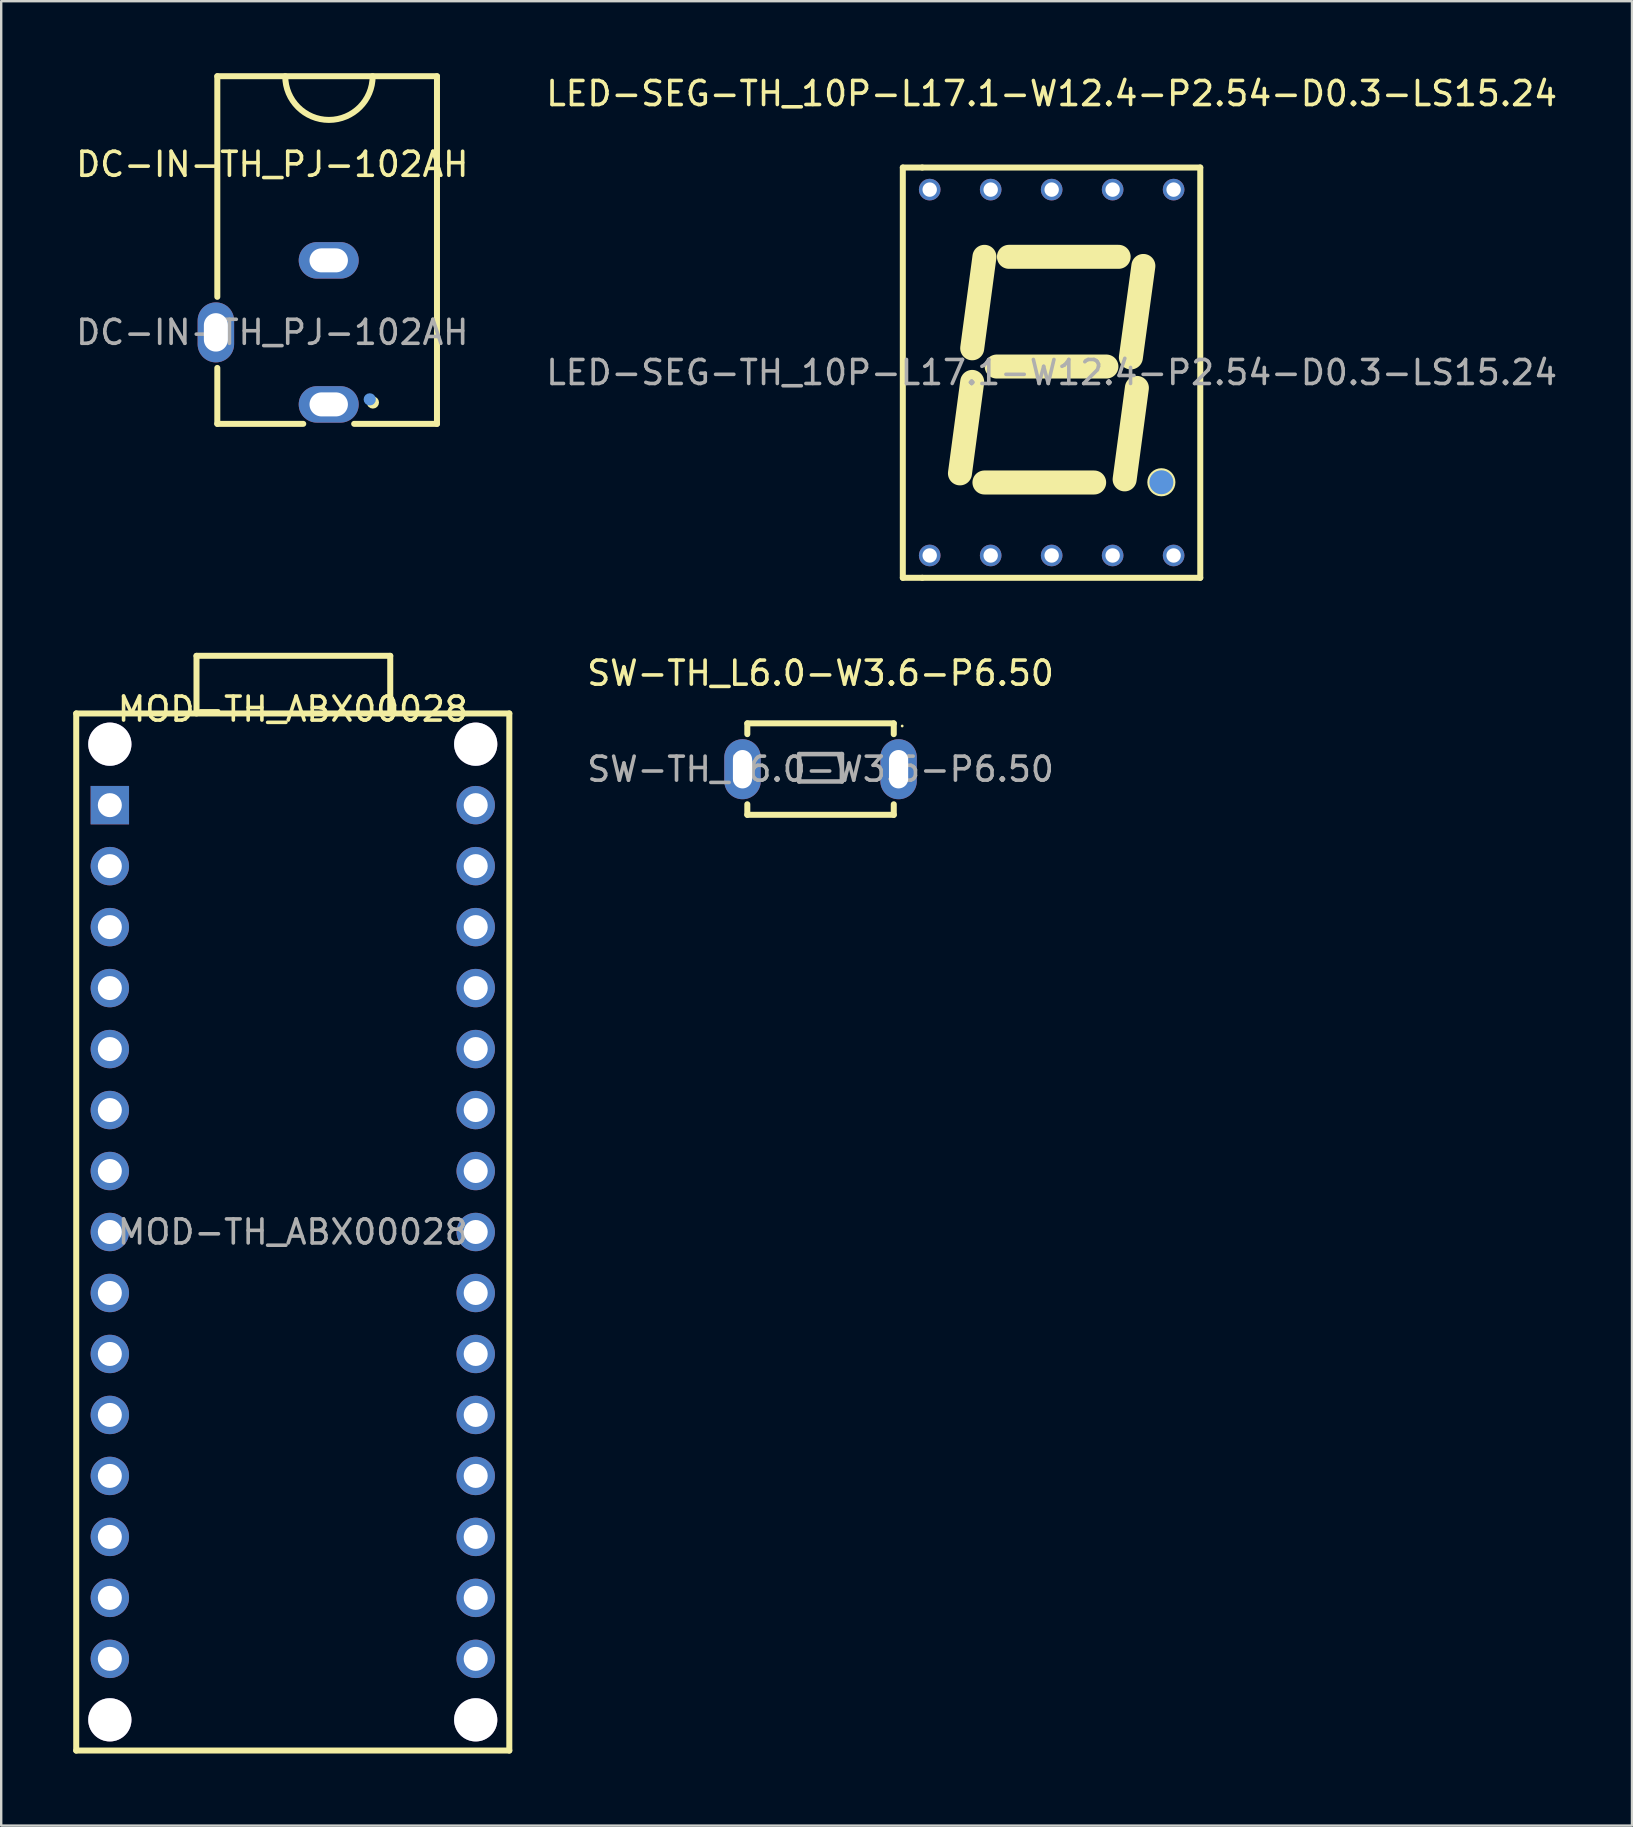
<source format=kicad_pcb>
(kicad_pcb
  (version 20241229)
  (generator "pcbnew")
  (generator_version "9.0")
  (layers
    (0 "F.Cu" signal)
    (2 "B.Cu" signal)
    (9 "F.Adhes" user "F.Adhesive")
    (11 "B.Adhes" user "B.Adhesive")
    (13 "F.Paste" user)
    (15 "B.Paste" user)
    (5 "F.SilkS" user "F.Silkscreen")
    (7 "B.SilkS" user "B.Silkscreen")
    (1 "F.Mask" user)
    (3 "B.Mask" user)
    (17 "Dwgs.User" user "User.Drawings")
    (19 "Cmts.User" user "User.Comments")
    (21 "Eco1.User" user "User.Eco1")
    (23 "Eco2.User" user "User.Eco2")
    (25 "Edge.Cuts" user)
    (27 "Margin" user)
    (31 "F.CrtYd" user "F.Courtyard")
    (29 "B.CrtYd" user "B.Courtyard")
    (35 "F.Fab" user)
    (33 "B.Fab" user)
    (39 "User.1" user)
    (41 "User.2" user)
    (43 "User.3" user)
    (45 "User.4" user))
  (footprint "MOD-TH_ABX00028"
    (layer "F.Cu")
    (at 9.145 48.268)
    (property "Reference" "MOD-TH_ABX00028" (at 0 -21.78 0) (layer "F.SilkS") (effects (font (size 1 1) (thickness 0.15))))
    (attr through_hole)
    (fp_line (start -9.02 -21.6) (end -9.02 21.6) (stroke (width 0.25) (type solid)) (layer "F.SilkS"))
    (fp_line (start -9.02 -21.6) (end 9.02 -21.6) (stroke (width 0.25) (type solid)) (layer "F.SilkS"))
    (fp_line (start -9.02 21.6) (end 9.02 21.6) (stroke (width 0.25) (type solid)) (layer "F.SilkS"))
    (fp_line (start -4.01 -24) (end 4.06 -24) (stroke (width 0.25) (type solid)) (layer "F.SilkS"))
    (fp_line (start -4.01 -21.6) (end -4.01 -24) (stroke (width 0.25) (type solid)) (layer "F.SilkS"))
    (fp_line (start 4.06 -24) (end 4.06 -21.6) (stroke (width 0.25) (type solid)) (layer "F.SilkS"))
    (fp_line (start 9.02 -21.6) (end 9.02 21.6) (stroke (width 0.25) (type solid)) (layer "F.SilkS"))
    (fp_circle (center -8.89 -21.59) (end -8.86 -21.59) (stroke (width 0.06) (type solid)) (fill no) (layer "F.SilkS"))
    (fp_circle (center -7.62 -20.32) (end -7.21 -20.32) (stroke (width 0.82) (type solid)) (fill no) (layer "Cmts.User"))
    (fp_circle (center -7.62 20.32) (end -7.21 20.32) (stroke (width 0.82) (type solid)) (fill no) (layer "Cmts.User"))
    (fp_circle (center 7.62 -20.32) (end 8.03 -20.32) (stroke (width 0.82) (type solid)) (fill no) (layer "Cmts.User"))
    (fp_circle (center 7.62 20.32) (end 8.03 20.32) (stroke (width 0.82) (type solid)) (fill no) (layer "Cmts.User"))
    (fp_text user "${REFERENCE}" (at 0 0 0) (layer "F.Fab") (effects (font (size 1 1) (thickness 0.15))))
    (pad "" thru_hole circle (at -7.62 -20.32) (size 1.8 1.8) (drill 1.8) (layers "*.Cu" "*.Mask"))
    (pad "" thru_hole circle (at -7.62 20.32) (size 1.8 1.8) (drill 1.8) (layers "*.Cu" "*.Mask"))
    (pad "" thru_hole circle (at 7.62 -20.32) (size 1.8 1.8) (drill 1.8) (layers "*.Cu" "*.Mask"))
    (pad "" thru_hole circle (at 7.62 20.32) (size 1.8 1.8) (drill 1.8) (layers "*.Cu" "*.Mask"))
    (pad "1" thru_hole rect (at -7.62 -17.78) (size 1.6 1.6) (drill 1) (layers "*.Cu" "*.Mask"))
    (pad "2" thru_hole circle (at -7.62 -15.24) (size 1.6 1.6) (drill 1) (layers "*.Cu" "*.Mask"))
    (pad "3" thru_hole circle (at -7.62 -12.7) (size 1.6 1.6) (drill 1) (layers "*.Cu" "*.Mask"))
    (pad "4" thru_hole circle (at -7.62 -10.16) (size 1.6 1.6) (drill 1) (layers "*.Cu" "*.Mask"))
    (pad "5" thru_hole circle (at -7.62 -7.62) (size 1.6 1.6) (drill 1) (layers "*.Cu" "*.Mask"))
    (pad "6" thru_hole circle (at -7.62 -5.08) (size 1.6 1.6) (drill 1) (layers "*.Cu" "*.Mask"))
    (pad "7" thru_hole circle (at -7.62 -2.54) (size 1.6 1.6) (drill 1) (layers "*.Cu" "*.Mask"))
    (pad "8" thru_hole circle (at -7.62 0) (size 1.6 1.6) (drill 1) (layers "*.Cu" "*.Mask"))
    (pad "9" thru_hole circle (at -7.62 2.54) (size 1.6 1.6) (drill 1) (layers "*.Cu" "*.Mask"))
    (pad "10" thru_hole circle (at -7.62 5.08) (size 1.6 1.6) (drill 1) (layers "*.Cu" "*.Mask"))
    (pad "11" thru_hole circle (at -7.62 7.62) (size 1.6 1.6) (drill 1) (layers "*.Cu" "*.Mask"))
    (pad "12" thru_hole circle (at -7.62 10.16) (size 1.6 1.6) (drill 1) (layers "*.Cu" "*.Mask"))
    (pad "13" thru_hole circle (at -7.62 12.7) (size 1.6 1.6) (drill 1) (layers "*.Cu" "*.Mask"))
    (pad "14" thru_hole circle (at -7.62 15.24) (size 1.6 1.6) (drill 1) (layers "*.Cu" "*.Mask"))
    (pad "15" thru_hole circle (at -7.62 17.78) (size 1.6 1.6) (drill 1) (layers "*.Cu" "*.Mask"))
    (pad "16" thru_hole circle (at 7.62 17.78) (size 1.6 1.6) (drill 1) (layers "*.Cu" "*.Mask"))
    (pad "17" thru_hole circle (at 7.62 15.24) (size 1.6 1.6) (drill 1) (layers "*.Cu" "*.Mask"))
    (pad "18" thru_hole circle (at 7.62 12.7) (size 1.6 1.6) (drill 1) (layers "*.Cu" "*.Mask"))
    (pad "19" thru_hole circle (at 7.62 10.16) (size 1.6 1.6) (drill 1) (layers "*.Cu" "*.Mask"))
    (pad "20" thru_hole circle (at 7.62 7.62) (size 1.6 1.6) (drill 1) (layers "*.Cu" "*.Mask"))
    (pad "21" thru_hole circle (at 7.62 5.08) (size 1.6 1.6) (drill 1) (layers "*.Cu" "*.Mask"))
    (pad "22" thru_hole circle (at 7.62 2.54) (size 1.6 1.6) (drill 1) (layers "*.Cu" "*.Mask"))
    (pad "23" thru_hole circle (at 7.62 0) (size 1.6 1.6) (drill 1) (layers "*.Cu" "*.Mask"))
    (pad "24" thru_hole circle (at 7.62 -2.54) (size 1.6 1.6) (drill 1) (layers "*.Cu" "*.Mask"))
    (pad "25" thru_hole circle (at 7.62 -5.08) (size 1.6 1.6) (drill 1) (layers "*.Cu" "*.Mask"))
    (pad "26" thru_hole circle (at 7.62 -7.62) (size 1.6 1.6) (drill 1) (layers "*.Cu" "*.Mask"))
    (pad "27" thru_hole circle (at 7.62 -10.16) (size 1.6 1.6) (drill 1) (layers "*.Cu" "*.Mask"))
    (pad "28" thru_hole circle (at 7.62 -12.7) (size 1.6 1.6) (drill 1) (layers "*.Cu" "*.Mask"))
    (pad "29" thru_hole circle (at 7.62 -15.24) (size 1.6 1.6) (drill 1) (layers "*.Cu" "*.Mask"))
    (pad "30" thru_hole circle (at 7.62 -17.78) (size 1.6 1.6) (drill 1) (layers "*.Cu" "*.Mask")))
  (footprint "LED-SEG-TH_10P-L17.1-W12.4-P2.54-D0.3-LS15.24"
    (layer "F.Cu")
    (at 40.756 12.468)
    (property "Reference" "LED-SEG-TH_10P-L17.1-W12.4-P2.54-D0.3-LS15.24" (at 0 -11.62 0) (layer "F.SilkS") (effects (font (size 1 1) (thickness 0.15))))
    (attr through_hole)
    (fp_line (start -6.2 -8.54) (end -6.2 8.55) (stroke (width 0.25) (type solid)) (layer "F.SilkS"))
    (fp_line (start -6.2 8.55) (end -5.39 8.55) (stroke (width 0.25) (type solid)) (layer "F.SilkS"))
    (fp_line (start -5.39 -8.54) (end -6.2 -8.54) (stroke (width 0.25) (type solid)) (layer "F.SilkS"))
    (fp_line (start -5.39 -8.54) (end 6.19 -8.54) (stroke (width 0.25) (type solid)) (layer "F.SilkS"))
    (fp_line (start -3.31 0.39) (end -3.82 4.2) (stroke (width 1) (type solid)) (layer "F.SilkS"))
    (fp_line (start -2.8 -4.82) (end -3.31 -1.01) (stroke (width 1) (type solid)) (layer "F.SilkS"))
    (fp_line (start -2.8 4.58) (end 1.77 4.58) (stroke (width 1) (type solid)) (layer "F.SilkS"))
    (fp_line (start -2.29 -0.25) (end 2.28 -0.25) (stroke (width 1) (type solid)) (layer "F.SilkS"))
    (fp_line (start -1.78 -4.82) (end 2.79 -4.82) (stroke (width 1) (type solid)) (layer "F.SilkS"))
    (fp_line (start 3.55 0.64) (end 3.04 4.45) (stroke (width 1) (type solid)) (layer "F.SilkS"))
    (fp_line (start 3.82 -4.44) (end 3.3 -0.63) (stroke (width 1) (type solid)) (layer "F.SilkS"))
    (fp_line (start 6.19 -8.54) (end 6.19 8.55) (stroke (width 0.25) (type solid)) (layer "F.SilkS"))
    (fp_line (start 6.19 8.55) (end -5.39 8.55) (stroke (width 0.25) (type solid)) (layer "F.SilkS"))
    (fp_circle (center -6.2 8.55) (end -6.17 8.55) (stroke (width 0.06) (type solid)) (fill no) (layer "F.SilkS"))
    (fp_circle (center 4.57 4.57) (end 5.03 4.57) (stroke (width 0.25) (type solid)) (fill no) (layer "F.SilkS"))
    (fp_circle (center 4.57 4.57) (end 4.82 4.57) (stroke (width 0.5) (type solid)) (fill no) (layer "Cmts.User"))
    (fp_circle (center -5.08 -7.62) (end -5.01 -7.62) (stroke (width 0.15) (type solid)) (fill no) (layer "F.Fab"))
    (fp_circle (center -5.08 7.62) (end -5.01 7.62) (stroke (width 0.15) (type solid)) (fill no) (layer "F.Fab"))
    (fp_circle (center -2.54 -7.62) (end -2.47 -7.62) (stroke (width 0.15) (type solid)) (fill no) (layer "F.Fab"))
    (fp_circle (center -2.54 7.62) (end -2.47 7.62) (stroke (width 0.15) (type solid)) (fill no) (layer "F.Fab"))
    (fp_circle (center 0 -7.62) (end 0.07 -7.62) (stroke (width 0.15) (type solid)) (fill no) (layer "F.Fab"))
    (fp_circle (center 0 7.62) (end 0.07 7.62) (stroke (width 0.15) (type solid)) (fill no) (layer "F.Fab"))
    (fp_circle (center 2.54 -7.62) (end 2.61 -7.62) (stroke (width 0.15) (type solid)) (fill no) (layer "F.Fab"))
    (fp_circle (center 2.54 7.62) (end 2.61 7.62) (stroke (width 0.15) (type solid)) (fill no) (layer "F.Fab"))
    (fp_circle (center 5.08 -7.62) (end 5.15 -7.62) (stroke (width 0.15) (type solid)) (fill no) (layer "F.Fab"))
    (fp_circle (center 5.08 7.62) (end 5.15 7.62) (stroke (width 0.15) (type solid)) (fill no) (layer "F.Fab"))
    (fp_text user "${REFERENCE}" (at 0 0 0) (layer "F.Fab") (effects (font (size 1 1) (thickness 0.15))))
    (pad "1" thru_hole circle (at -5.08 7.62) (size 0.9 0.9) (drill 0.6) (layers "*.Cu" "*.Mask"))
    (pad "2" thru_hole circle (at -2.54 7.62) (size 0.9 0.9) (drill 0.6) (layers "*.Cu" "*.Mask"))
    (pad "3" thru_hole circle (at 0 7.62) (size 0.9 0.9) (drill 0.6) (layers "*.Cu" "*.Mask"))
    (pad "4" thru_hole circle (at 2.54 7.62) (size 0.9 0.9) (drill 0.6) (layers "*.Cu" "*.Mask"))
    (pad "5" thru_hole circle (at 5.08 7.62) (size 0.9 0.9) (drill 0.6) (layers "*.Cu" "*.Mask"))
    (pad "6" thru_hole circle (at 5.08 -7.62) (size 0.9 0.9) (drill 0.6) (layers "*.Cu" "*.Mask"))
    (pad "7" thru_hole circle (at 2.54 -7.62) (size 0.9 0.9) (drill 0.6) (layers "*.Cu" "*.Mask"))
    (pad "8" thru_hole circle (at 0 -7.62) (size 0.9 0.9) (drill 0.6) (layers "*.Cu" "*.Mask"))
    (pad "9" thru_hole circle (at -2.54 -7.62) (size 0.9 0.9) (drill 0.6) (layers "*.Cu" "*.Mask"))
    (pad "10" thru_hole circle (at -5.08 -7.62) (size 0.9 0.9) (drill 0.6) (layers "*.Cu" "*.Mask")))
  (footprint "SW-TH_L6.0-W3.6-P6.50"
    (layer "F.Cu")
    (at 31.129 28.991)
    (property "Reference" "SW-TH_L6.0-W3.6-P6.50" (at 0 -4 0) (layer "F.SilkS") (effects (font (size 1 1) (thickness 0.15))))
    (attr through_hole)
    (fp_line (start -3.05 -1.91) (end 3.05 -1.91) (stroke (width 0.25) (type solid)) (layer "F.SilkS"))
    (fp_line (start -3.05 -1.46) (end -3.05 -1.91) (stroke (width 0.25) (type solid)) (layer "F.SilkS"))
    (fp_line (start -3.05 1.9) (end -3.05 1.46) (stroke (width 0.25) (type solid)) (layer "F.SilkS"))
    (fp_line (start 3.05 -1.91) (end 3.05 -1.46) (stroke (width 0.25) (type solid)) (layer "F.SilkS"))
    (fp_line (start 3.05 1.46) (end 3.05 1.9) (stroke (width 0.25) (type solid)) (layer "F.SilkS"))
    (fp_line (start 3.05 1.9) (end -3.05 1.9) (stroke (width 0.25) (type solid)) (layer "F.SilkS"))
    (fp_circle (center 3.4 -1.8) (end 3.43 -1.8) (stroke (width 0.06) (type solid)) (fill no) (layer "F.SilkS"))
    (fp_line (start -0.89 -0.63) (end 0.89 -0.63) (stroke (width 0.19) (type solid)) (layer "F.Fab"))
    (fp_line (start -0.89 0.51) (end -0.89 -0.63) (stroke (width 0.19) (type solid)) (layer "F.Fab"))
    (fp_line (start 0.89 -0.63) (end 0.89 0.51) (stroke (width 0.19) (type solid)) (layer "F.Fab"))
    (fp_line (start 0.89 0.51) (end -0.89 0.51) (stroke (width 0.19) (type solid)) (layer "F.Fab"))
    (fp_text user "${REFERENCE}" (at 0 0 0) (layer "F.Fab") (effects (font (size 1 1) (thickness 0.15))))
    (pad "1" thru_hole oval (at 3.25 0 270) (size 2.5 1.52) (drill oval 1.6 0.8) (layers "*.Cu" "*.Mask"))
    (pad "2" thru_hole oval (at -3.25 0 270) (size 2.5 1.52) (drill oval 1.6 0.8) (layers "*.Cu" "*.Mask")))
  (footprint "DC-IN-TH_PJ-102AH"
    (layer "F.Cu")
    (at 8.292 10.795)
    (property "Reference" "DC-IN-TH_PJ-102AH" (at 0 -7 0) (layer "F.SilkS") (effects (font (size 1 1) (thickness 0.15))))
    (attr through_hole)
    (fp_line (start -2.29 -10.67) (end -2.29 -1.48) (stroke (width 0.25) (type solid)) (layer "F.SilkS"))
    (fp_line (start -2.29 1.48) (end -2.29 3.81) (stroke (width 0.25) (type solid)) (layer "F.SilkS"))
    (fp_line (start -2.29 3.81) (end 1.29 3.81) (stroke (width 0.25) (type solid)) (layer "F.SilkS"))
    (fp_line (start 3.41 3.81) (end 6.86 3.81) (stroke (width 0.25) (type solid)) (layer "F.SilkS"))
    (fp_line (start 6.86 -10.67) (end -2.29 -10.67) (stroke (width 0.25) (type solid)) (layer "F.SilkS"))
    (fp_line (start 6.86 3.81) (end 6.86 -10.67) (stroke (width 0.25) (type solid)) (layer "F.SilkS"))
    (fp_arc (start 4.18 -10.67) (mid 2.36 -8.85) (end 0.54 -10.67) (stroke (width 0.25) (type solid)) (layer "F.SilkS"))
    (fp_circle (center 4.19 2.92) (end 4.32 2.92) (stroke (width 0.25) (type solid)) (fill no) (layer "F.SilkS"))
    (fp_circle (center 6.85 3.7) (end 6.88 3.7) (stroke (width 0.06) (type solid)) (fill no) (layer "F.SilkS"))
    (fp_circle (center 4.06 2.79) (end 4.19 2.79) (stroke (width 0.25) (type solid)) (fill no) (layer "Cmts.User"))
    (fp_text user "${REFERENCE}" (at 0 0 0) (layer "F.Fab") (effects (font (size 1 1) (thickness 0.15))))
    (pad "1" thru_hole oval (at 2.35 3) (size 2.5 1.52) (drill oval 1.6 1) (layers "*.Cu" "*.Mask"))
    (pad "2" thru_hole oval (at 2.35 -3) (size 2.5 1.52) (drill oval 1.6 1) (layers "*.Cu" "*.Mask"))
    (pad "3" thru_hole oval (at -2.35 0 270) (size 2.5 1.52) (drill oval 1.6 1) (layers "*.Cu" "*.Mask")))
  (gr_rect
    (start -3 -3)
    (end 64.929 72.993)
    (stroke (width 0.1) (type default))
    (fill no)
    (layer "Edge.Cuts")))
</source>
